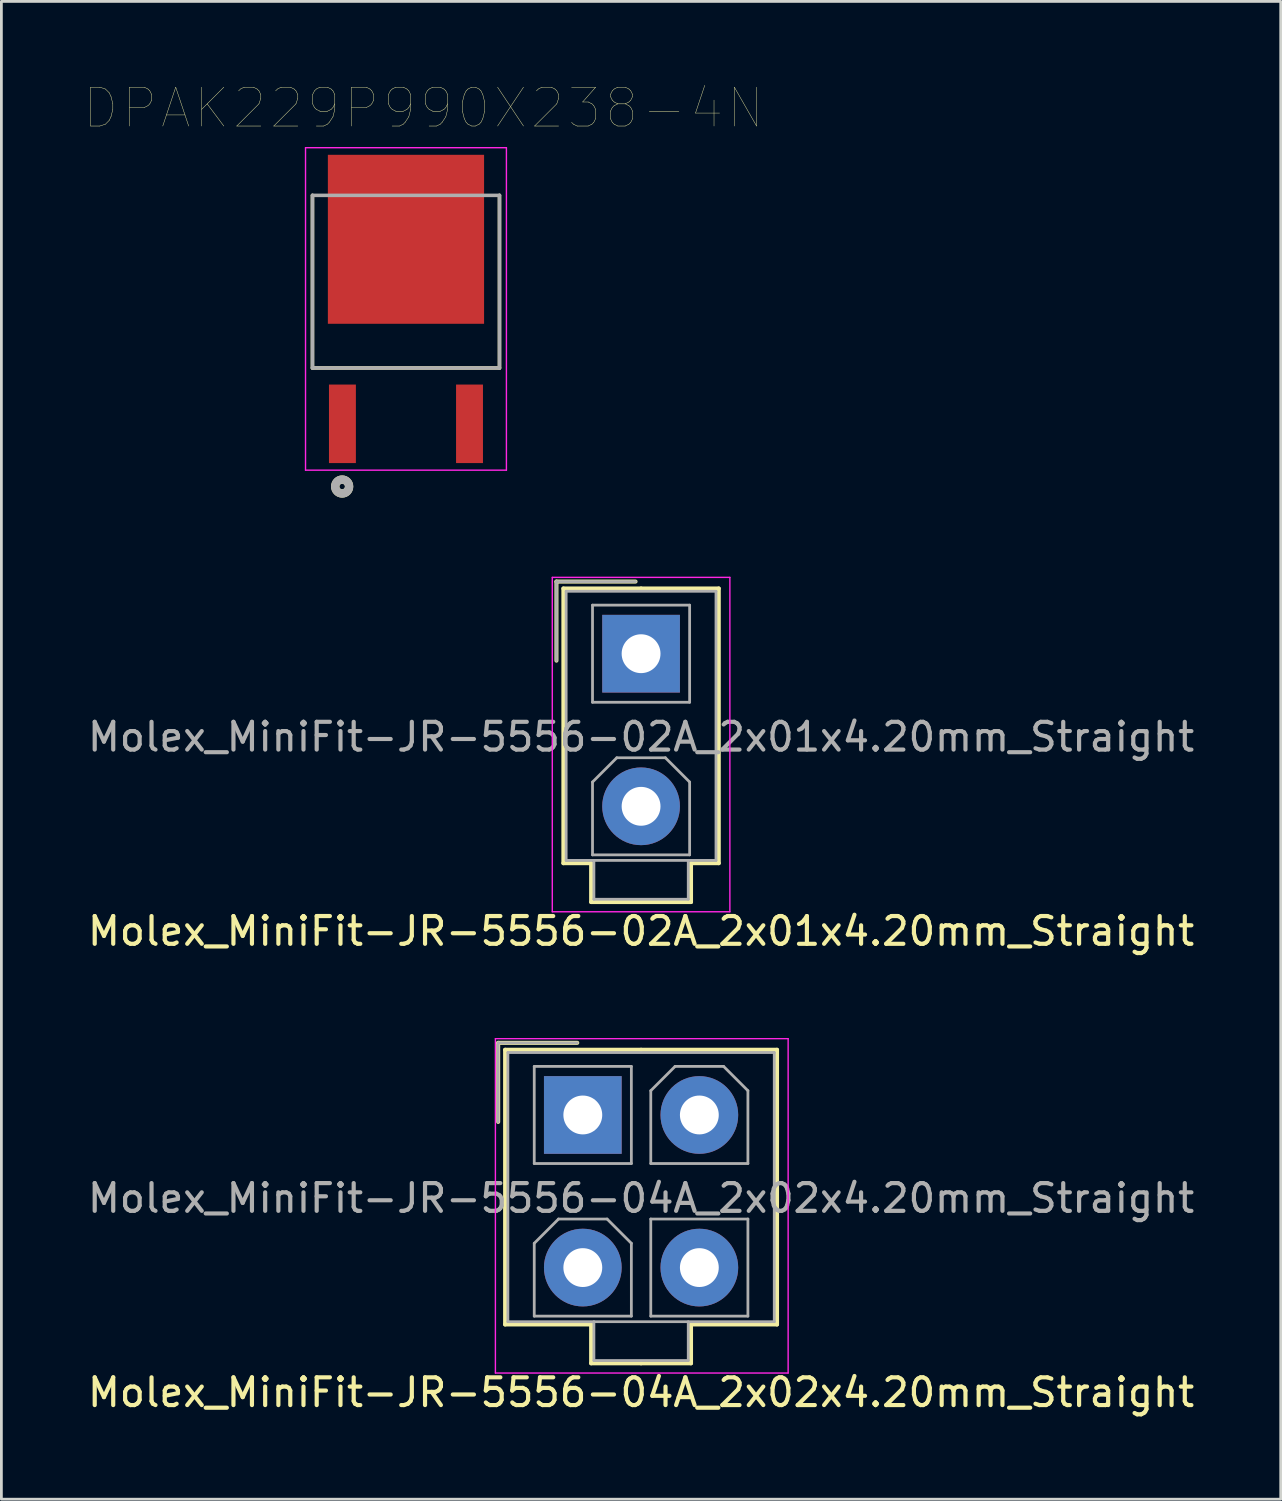
<source format=kicad_pcb>
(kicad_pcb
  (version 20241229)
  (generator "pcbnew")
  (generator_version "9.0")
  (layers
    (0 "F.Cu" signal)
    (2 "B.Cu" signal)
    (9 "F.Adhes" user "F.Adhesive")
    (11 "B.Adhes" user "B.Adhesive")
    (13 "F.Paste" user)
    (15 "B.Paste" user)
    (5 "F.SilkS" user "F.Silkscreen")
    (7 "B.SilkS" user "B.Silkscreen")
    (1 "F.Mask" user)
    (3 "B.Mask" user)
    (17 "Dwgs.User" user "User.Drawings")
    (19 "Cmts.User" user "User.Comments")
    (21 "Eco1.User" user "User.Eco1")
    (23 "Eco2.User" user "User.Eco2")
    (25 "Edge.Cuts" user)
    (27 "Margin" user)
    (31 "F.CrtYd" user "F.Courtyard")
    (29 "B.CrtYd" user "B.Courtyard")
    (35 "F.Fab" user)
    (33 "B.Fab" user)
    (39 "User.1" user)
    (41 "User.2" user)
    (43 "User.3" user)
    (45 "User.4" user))
  (footprint "Molex_MiniFit-JR-5556-04A_2x02x4.20mm_Straight"
    (layer "F.Cu")
    (at 17.954 37.133)
    (property "Reference" "Molex_MiniFit-JR-5556-04A_2x02x4.20mm_Straight" (at 2.1 10 0) (layer "F.SilkS") (effects (font (size 1 1) (thickness 0.15))))
    (attr through_hole)
    (fp_line (start -3.05 -2.6) (end -3.05 0.25) (stroke (width 0.145) (type solid)) (layer "F.SilkS"))
    (fp_line (start -2.8 -2.35) (end -2.8 7.55) (stroke (width 0.145) (type solid)) (layer "F.SilkS"))
    (fp_line (start -2.8 7.55) (end 0.3 7.55) (stroke (width 0.145) (type solid)) (layer "F.SilkS"))
    (fp_line (start -0.2 -2.6) (end -3.05 -2.6) (stroke (width 0.145) (type solid)) (layer "F.SilkS"))
    (fp_line (start 0.3 7.55) (end 0.3 8.95) (stroke (width 0.145) (type solid)) (layer "F.SilkS"))
    (fp_line (start 0.3 8.95) (end 2.1 8.95) (stroke (width 0.145) (type solid)) (layer "F.SilkS"))
    (fp_line (start 2.1 -2.35) (end -2.8 -2.35) (stroke (width 0.145) (type solid)) (layer "F.SilkS"))
    (fp_line (start 2.1 -2.35) (end 7 -2.35) (stroke (width 0.145) (type solid)) (layer "F.SilkS"))
    (fp_line (start 3.9 7.55) (end 3.9 8.95) (stroke (width 0.145) (type solid)) (layer "F.SilkS"))
    (fp_line (start 3.9 8.95) (end 2.1 8.95) (stroke (width 0.145) (type solid)) (layer "F.SilkS"))
    (fp_line (start 7 -2.35) (end 7 7.55) (stroke (width 0.145) (type solid)) (layer "F.SilkS"))
    (fp_line (start 7 7.55) (end 3.9 7.55) (stroke (width 0.145) (type solid)) (layer "F.SilkS"))
    (fp_line (start -3.15 -2.75) (end -3.15 9.3) (stroke (width 0.05) (type solid)) (layer "F.CrtYd"))
    (fp_line (start -3.15 9.3) (end 7.4 9.3) (stroke (width 0.05) (type solid)) (layer "F.CrtYd"))
    (fp_line (start 7.4 -2.75) (end -3.15 -2.75) (stroke (width 0.05) (type solid)) (layer "F.CrtYd"))
    (fp_line (start 7.4 9.3) (end 7.4 -2.75) (stroke (width 0.05) (type solid)) (layer "F.CrtYd"))
    (fp_line (start -3.05 -2.6) (end -3.05 0.25) (stroke (width 0.1) (type solid)) (layer "F.Fab"))
    (fp_line (start -2.7 -2.25) (end -2.7 7.45) (stroke (width 0.1) (type solid)) (layer "F.Fab"))
    (fp_line (start -2.7 7.45) (end 6.9 7.45) (stroke (width 0.1) (type solid)) (layer "F.Fab"))
    (fp_line (start -1.75 -1.75) (end -1.75 1.75) (stroke (width 0.1) (type solid)) (layer "F.Fab"))
    (fp_line (start -1.75 1.75) (end 1.75 1.75) (stroke (width 0.1) (type solid)) (layer "F.Fab"))
    (fp_line (start -1.75 4.625) (end -0.875 3.75) (stroke (width 0.1) (type solid)) (layer "F.Fab"))
    (fp_line (start -1.75 7.25) (end -1.75 4.625) (stroke (width 0.1) (type solid)) (layer "F.Fab"))
    (fp_line (start -0.875 3.75) (end 0.875 3.75) (stroke (width 0.1) (type solid)) (layer "F.Fab"))
    (fp_line (start -0.2 -2.6) (end -3.05 -2.6) (stroke (width 0.1) (type solid)) (layer "F.Fab"))
    (fp_line (start 0.4 7.45) (end 0.4 8.85) (stroke (width 0.1) (type solid)) (layer "F.Fab"))
    (fp_line (start 0.4 8.85) (end 3.8 8.85) (stroke (width 0.1) (type solid)) (layer "F.Fab"))
    (fp_line (start 0.875 3.75) (end 1.75 4.625) (stroke (width 0.1) (type solid)) (layer "F.Fab"))
    (fp_line (start 1.75 -1.75) (end -1.75 -1.75) (stroke (width 0.1) (type solid)) (layer "F.Fab"))
    (fp_line (start 1.75 1.75) (end 1.75 -1.75) (stroke (width 0.1) (type solid)) (layer "F.Fab"))
    (fp_line (start 1.75 4.625) (end 1.75 7.25) (stroke (width 0.1) (type solid)) (layer "F.Fab"))
    (fp_line (start 1.75 7.25) (end -1.75 7.25) (stroke (width 0.1) (type solid)) (layer "F.Fab"))
    (fp_line (start 2.45 -0.875) (end 3.325 -1.75) (stroke (width 0.1) (type solid)) (layer "F.Fab"))
    (fp_line (start 2.45 1.75) (end 2.45 -0.875) (stroke (width 0.1) (type solid)) (layer "F.Fab"))
    (fp_line (start 2.45 3.75) (end 2.45 7.25) (stroke (width 0.1) (type solid)) (layer "F.Fab"))
    (fp_line (start 2.45 7.25) (end 5.95 7.25) (stroke (width 0.1) (type solid)) (layer "F.Fab"))
    (fp_line (start 3.325 -1.75) (end 5.075 -1.75) (stroke (width 0.1) (type solid)) (layer "F.Fab"))
    (fp_line (start 3.8 8.85) (end 3.8 7.45) (stroke (width 0.1) (type solid)) (layer "F.Fab"))
    (fp_line (start 5.075 -1.75) (end 5.95 -0.875) (stroke (width 0.1) (type solid)) (layer "F.Fab"))
    (fp_line (start 5.95 -0.875) (end 5.95 1.75) (stroke (width 0.1) (type solid)) (layer "F.Fab"))
    (fp_line (start 5.95 1.75) (end 2.45 1.75) (stroke (width 0.1) (type solid)) (layer "F.Fab"))
    (fp_line (start 5.95 3.75) (end 2.45 3.75) (stroke (width 0.1) (type solid)) (layer "F.Fab"))
    (fp_line (start 5.95 7.25) (end 5.95 3.75) (stroke (width 0.1) (type solid)) (layer "F.Fab"))
    (fp_line (start 6.9 -2.25) (end -2.7 -2.25) (stroke (width 0.1) (type solid)) (layer "F.Fab"))
    (fp_line (start 6.9 7.45) (end 6.9 -2.25) (stroke (width 0.1) (type solid)) (layer "F.Fab"))
    (fp_text user "${REFERENCE}" (at 2.1 3 0) (layer "F.Fab") (effects (font (size 1 1) (thickness 0.15))))
    (pad "1" thru_hole rect (at 0 0) (size 2.8 2.8) (drill 1.4) (layers "*.Cu" "*.Mask"))
    (pad "2" thru_hole circle (at 4.2 0) (size 2.8 2.8) (drill 1.4) (layers "*.Cu" "*.Mask"))
    (pad "3" thru_hole circle (at 0 5.5) (size 2.8 2.8) (drill 1.4) (layers "*.Cu" "*.Mask"))
    (pad "4" thru_hole circle (at 4.2 5.5) (size 2.8 2.8) (drill 1.4) (layers "*.Cu" "*.Mask")))
  (footprint "DPAK229P990X238-4N"
    (layer "F.Cu")
    (at 11.581 8.084)
    (property "Reference" "DPAK229P990X238-4N" (at 0.635 -7.239 0) (layer "F.SilkS") (effects (font (size 1.4 1.4) (thickness 0.015))))
    (attr through_hole)
    (fp_line (start -3.37 2.128) (end -3.37 -4.093) (stroke (width 0.127) (type solid)) (layer "F.SilkS"))
    (fp_line (start 3.37 -4.093) (end 3.37 2.128) (stroke (width 0.127) (type solid)) (layer "F.SilkS"))
    (fp_line (start 3.37 2.128) (end -3.37 2.128) (stroke (width 0.127) (type solid)) (layer "F.SilkS"))
    (fp_circle (center -2.3 6.4) (end -2.2 6.4) (stroke (width 0.3) (type solid)) (fill no) (layer "F.SilkS"))
    (fp_poly (pts (xy -2.535 -5.27) (xy -1.225 -5.27) (xy -1.225 -3.81) (xy -2.535 -3.81)) (stroke (width 0.01) (type solid)) (fill yes) (layer "F.Paste"))
    (fp_poly (pts (xy -2.535 -3.24) (xy -1.225 -3.24) (xy -1.225 -1.78) (xy -2.535 -1.78)) (stroke (width 0.01) (type solid)) (fill yes) (layer "F.Paste"))
    (fp_poly (pts (xy -2.535 -1.21) (xy -1.225 -1.21) (xy -1.225 0.25) (xy -2.535 0.25)) (stroke (width 0.01) (type solid)) (fill yes) (layer "F.Paste"))
    (fp_poly (pts (xy -0.655 -5.27) (xy 0.655 -5.27) (xy 0.655 -3.81) (xy -0.655 -3.81)) (stroke (width 0.01) (type solid)) (fill yes) (layer "F.Paste"))
    (fp_poly (pts (xy -0.655 -3.24) (xy 0.655 -3.24) (xy 0.655 -1.78) (xy -0.655 -1.78)) (stroke (width 0.01) (type solid)) (fill yes) (layer "F.Paste"))
    (fp_poly (pts (xy -0.655 -1.21) (xy 0.655 -1.21) (xy 0.655 0.25) (xy -0.655 0.25)) (stroke (width 0.01) (type solid)) (fill yes) (layer "F.Paste"))
    (fp_poly (pts (xy 1.225 -5.27) (xy 2.535 -5.27) (xy 2.535 -3.81) (xy 1.225 -3.81)) (stroke (width 0.01) (type solid)) (fill yes) (layer "F.Paste"))
    (fp_poly (pts (xy 1.225 -3.24) (xy 2.535 -3.24) (xy 2.535 -1.78) (xy 1.225 -1.78)) (stroke (width 0.01) (type solid)) (fill yes) (layer "F.Paste"))
    (fp_poly (pts (xy 1.225 -1.21) (xy 2.535 -1.21) (xy 2.535 0.25) (xy 1.225 0.25)) (stroke (width 0.01) (type solid)) (fill yes) (layer "F.Paste"))
    (fp_line (start -3.62 -5.81) (end 3.62 -5.81) (stroke (width 0.05) (type solid)) (layer "F.CrtYd"))
    (fp_line (start -3.62 5.81) (end -3.62 -5.81) (stroke (width 0.05) (type solid)) (layer "F.CrtYd"))
    (fp_line (start 3.62 -5.81) (end 3.62 5.81) (stroke (width 0.05) (type solid)) (layer "F.CrtYd"))
    (fp_line (start 3.62 5.81) (end -3.62 5.81) (stroke (width 0.05) (type solid)) (layer "F.CrtYd"))
    (fp_line (start -3.37 -4.093) (end 3.37 -4.093) (stroke (width 0.127) (type solid)) (layer "F.Fab"))
    (fp_line (start -3.37 2.128) (end -3.37 -4.093) (stroke (width 0.127) (type solid)) (layer "F.Fab"))
    (fp_line (start 3.37 -4.093) (end 3.37 2.128) (stroke (width 0.127) (type solid)) (layer "F.Fab"))
    (fp_line (start 3.37 2.128) (end -3.37 2.128) (stroke (width 0.127) (type solid)) (layer "F.Fab"))
    (fp_circle (center -2.3 6.4) (end -2.2 6.4) (stroke (width 0.3) (type solid)) (fill no) (layer "F.Fab"))
    (pad "1" smd rect (at -2.29 4.14) (size 0.97 2.83) (layers "F.Cu" "F.Mask" "F.Paste"))
    (pad "2" smd rect (at 0 -2.51) (size 5.63 6.09) (layers "F.Cu" "F.Mask"))
    (pad "3" smd rect (at 2.29 4.14) (size 0.97 2.83) (layers "F.Cu" "F.Mask" "F.Paste")))
  (footprint "Molex_MiniFit-JR-5556-02A_2x01x4.20mm_Straight"
    (layer "F.Cu")
    (at 20.054 20.509)
    (property "Reference" "Molex_MiniFit-JR-5556-02A_2x01x4.20mm_Straight" (at 0 10 0) (layer "F.SilkS") (effects (font (size 1 1) (thickness 0.15))))
    (attr through_hole)
    (fp_line (start -3.05 -2.6) (end -3.05 0.25) (stroke (width 0.145) (type solid)) (layer "F.SilkS"))
    (fp_line (start -2.8 -2.35) (end -2.8 7.55) (stroke (width 0.145) (type solid)) (layer "F.SilkS"))
    (fp_line (start -2.8 7.55) (end -1.8 7.55) (stroke (width 0.145) (type solid)) (layer "F.SilkS"))
    (fp_line (start -1.8 7.55) (end -1.8 8.95) (stroke (width 0.145) (type solid)) (layer "F.SilkS"))
    (fp_line (start -1.8 8.95) (end 0 8.95) (stroke (width 0.145) (type solid)) (layer "F.SilkS"))
    (fp_line (start -0.2 -2.6) (end -3.05 -2.6) (stroke (width 0.145) (type solid)) (layer "F.SilkS"))
    (fp_line (start 0 -2.35) (end -2.8 -2.35) (stroke (width 0.145) (type solid)) (layer "F.SilkS"))
    (fp_line (start 0 -2.35) (end 2.8 -2.35) (stroke (width 0.145) (type solid)) (layer "F.SilkS"))
    (fp_line (start 1.8 7.55) (end 1.8 8.95) (stroke (width 0.145) (type solid)) (layer "F.SilkS"))
    (fp_line (start 1.8 8.95) (end 0 8.95) (stroke (width 0.145) (type solid)) (layer "F.SilkS"))
    (fp_line (start 2.8 -2.35) (end 2.8 7.55) (stroke (width 0.145) (type solid)) (layer "F.SilkS"))
    (fp_line (start 2.8 7.55) (end 1.8 7.55) (stroke (width 0.145) (type solid)) (layer "F.SilkS"))
    (fp_line (start -3.2 -2.75) (end -3.2 9.3) (stroke (width 0.05) (type solid)) (layer "F.CrtYd"))
    (fp_line (start -3.2 9.3) (end 3.2 9.3) (stroke (width 0.05) (type solid)) (layer "F.CrtYd"))
    (fp_line (start 3.2 -2.75) (end -3.2 -2.75) (stroke (width 0.05) (type solid)) (layer "F.CrtYd"))
    (fp_line (start 3.2 9.3) (end 3.2 -2.75) (stroke (width 0.05) (type solid)) (layer "F.CrtYd"))
    (fp_line (start -3.05 -2.6) (end -3.05 0.25) (stroke (width 0.1) (type solid)) (layer "F.Fab"))
    (fp_line (start -2.7 -2.25) (end -2.7 7.45) (stroke (width 0.1) (type solid)) (layer "F.Fab"))
    (fp_line (start -2.7 7.45) (end 2.7 7.45) (stroke (width 0.1) (type solid)) (layer "F.Fab"))
    (fp_line (start -1.75 -1.75) (end -1.75 1.75) (stroke (width 0.1) (type solid)) (layer "F.Fab"))
    (fp_line (start -1.75 1.75) (end 1.75 1.75) (stroke (width 0.1) (type solid)) (layer "F.Fab"))
    (fp_line (start -1.75 4.625) (end -0.875 3.75) (stroke (width 0.1) (type solid)) (layer "F.Fab"))
    (fp_line (start -1.75 7.25) (end -1.75 4.625) (stroke (width 0.1) (type solid)) (layer "F.Fab"))
    (fp_line (start -1.7 7.45) (end -1.7 8.85) (stroke (width 0.1) (type solid)) (layer "F.Fab"))
    (fp_line (start -1.7 8.85) (end 1.7 8.85) (stroke (width 0.1) (type solid)) (layer "F.Fab"))
    (fp_line (start -0.875 3.75) (end 0.875 3.75) (stroke (width 0.1) (type solid)) (layer "F.Fab"))
    (fp_line (start -0.2 -2.6) (end -3.05 -2.6) (stroke (width 0.1) (type solid)) (layer "F.Fab"))
    (fp_line (start 0.875 3.75) (end 1.75 4.625) (stroke (width 0.1) (type solid)) (layer "F.Fab"))
    (fp_line (start 1.7 8.85) (end 1.7 7.45) (stroke (width 0.1) (type solid)) (layer "F.Fab"))
    (fp_line (start 1.75 -1.75) (end -1.75 -1.75) (stroke (width 0.1) (type solid)) (layer "F.Fab"))
    (fp_line (start 1.75 1.75) (end 1.75 -1.75) (stroke (width 0.1) (type solid)) (layer "F.Fab"))
    (fp_line (start 1.75 4.625) (end 1.75 7.25) (stroke (width 0.1) (type solid)) (layer "F.Fab"))
    (fp_line (start 1.75 7.25) (end -1.75 7.25) (stroke (width 0.1) (type solid)) (layer "F.Fab"))
    (fp_line (start 2.7 -2.25) (end -2.7 -2.25) (stroke (width 0.1) (type solid)) (layer "F.Fab"))
    (fp_line (start 2.7 7.45) (end 2.7 -2.25) (stroke (width 0.1) (type solid)) (layer "F.Fab"))
    (fp_text user "${REFERENCE}" (at 0 3 0) (layer "F.Fab") (effects (font (size 1 1) (thickness 0.15))))
    (pad "1" thru_hole rect (at 0 0) (size 2.8 2.8) (drill 1.4) (layers "*.Cu" "*.Mask"))
    (pad "2" thru_hole circle (at 0 5.5) (size 2.8 2.8) (drill 1.4) (layers "*.Cu" "*.Mask")))
  (gr_rect
    (start -3 -3)
    (end 43.107 50.981)
    (stroke (width 0.1) (type default))
    (fill no)
    (layer "Edge.Cuts")))
</source>
